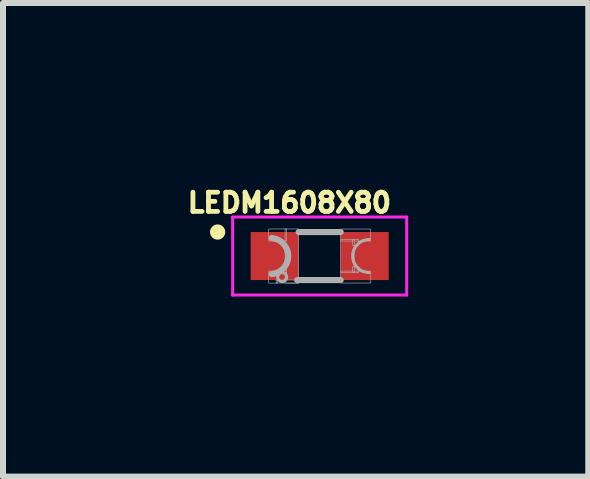
<source format=kicad_pcb>
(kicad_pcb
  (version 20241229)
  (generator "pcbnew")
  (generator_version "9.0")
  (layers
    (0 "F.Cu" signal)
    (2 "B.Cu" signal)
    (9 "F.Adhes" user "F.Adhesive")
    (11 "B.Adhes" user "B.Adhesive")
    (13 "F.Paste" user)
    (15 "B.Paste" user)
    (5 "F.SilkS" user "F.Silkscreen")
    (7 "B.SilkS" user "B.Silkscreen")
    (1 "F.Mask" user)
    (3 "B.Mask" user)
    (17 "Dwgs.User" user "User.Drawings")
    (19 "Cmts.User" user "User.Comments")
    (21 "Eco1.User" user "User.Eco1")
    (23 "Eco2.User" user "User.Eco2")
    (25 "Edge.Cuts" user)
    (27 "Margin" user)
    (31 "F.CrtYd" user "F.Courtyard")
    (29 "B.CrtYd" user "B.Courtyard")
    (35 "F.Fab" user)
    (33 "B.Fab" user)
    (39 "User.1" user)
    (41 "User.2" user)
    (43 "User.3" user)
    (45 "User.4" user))
  (footprint "LEDM1608X80"
    (layer "F.Cu")
    (at 2.276 1.216)
    (property "Reference" "LEDM1608X80" (at -0.504 -0.888 0) (layer "F.SilkS") (effects (font (size 0.32 0.32) (thickness 0.08))))
    (attr smd)
    (fp_circle (center -1.7 -0.4) (end -1.573 -0.4) (stroke (width 0) (type solid)) (fill yes) (layer "F.SilkS"))
    (fp_line (start -1.45 -0.65) (end 1.45 -0.65) (stroke (width 0.05) (type solid)) (layer "F.CrtYd"))
    (fp_line (start -1.45 0.65) (end -1.45 -0.65) (stroke (width 0.05) (type solid)) (layer "F.CrtYd"))
    (fp_line (start 1.45 -0.65) (end 1.45 0.65) (stroke (width 0.05) (type solid)) (layer "F.CrtYd"))
    (fp_line (start 1.45 0.65) (end -1.45 0.65) (stroke (width 0.05) (type solid)) (layer "F.CrtYd"))
    (fp_line (start -0.375 0.4) (end 0.35 0.4) (stroke (width 0.102) (type solid)) (layer "F.Fab"))
    (fp_line (start -0.35 -0.4) (end 0.35 -0.4) (stroke (width 0.102) (type solid)) (layer "F.Fab"))
    (fp_arc (start -0.8 -0.3) (mid -0.524966 0) (end -0.8 0.3) (stroke (width 0.1016) (type solid)) (layer "F.Fab"))
    (fp_arc (start 0.825 0.275) (mid 0.55 0) (end 0.825 -0.275) (stroke (width 0.0508) (type solid)) (layer "F.Fab"))
    (fp_circle (center -0.625 0.35) (end -0.55 0.35) (stroke (width 0.051) (type solid)) (fill no) (layer "F.Fab"))
    (fp_poly (pts (xy -0.851 0.451) (xy -0.851 0.25) (xy -0.7 0.25) (xy -0.7 0.451)) (stroke (width 0.01) (type solid)) (fill no) (layer "F.Fab"))
    (fp_poly (pts (xy -0.85 -0.25) (xy -0.85 -0.451) (xy -0.551 -0.451) (xy -0.551 -0.25)) (stroke (width 0.01) (type solid)) (fill no) (layer "F.Fab"))
    (fp_poly (pts (xy -0.725 0.45) (xy -0.725 0.4) (xy -0.35 0.4) (xy -0.35 0.45)) (stroke (width 0.01) (type solid)) (fill no) (layer "F.Fab"))
    (fp_poly (pts (xy -0.601 0.276) (xy -0.601 0.225) (xy -0.55 0.225) (xy -0.55 0.276)) (stroke (width 0.01) (type solid)) (fill no) (layer "F.Fab"))
    (fp_poly (pts (xy -0.576 0.451) (xy -0.576 -0.451) (xy -0.351 -0.451) (xy -0.351 0.451)) (stroke (width 0.01) (type solid)) (fill no) (layer "F.Fab"))
    (fp_poly (pts (xy 0.35 0.45) (xy 0.35 0.251) (xy 0.851 0.251) (xy 0.851 0.45)) (stroke (width 0.01) (type solid)) (fill no) (layer "F.Fab"))
    (fp_poly (pts (xy 0.35 0.275) (xy 0.35 -0.275) (xy 0.575 -0.275) (xy 0.575 0.275)) (stroke (width 0.01) (type solid)) (fill no) (layer "F.Fab"))
    (fp_poly (pts (xy 0.35 -0.25) (xy 0.35 -0.45) (xy 0.85 -0.45) (xy 0.85 -0.25)) (stroke (width 0.01) (type solid)) (fill no) (layer "F.Fab"))
    (fp_poly (pts (xy 0.55 0.275) (xy 0.55 0.175) (xy 0.65 0.175) (xy 0.65 0.275)) (stroke (width 0.01) (type solid)) (fill no) (layer "F.Fab"))
    (fp_poly (pts (xy 0.55 -0.175) (xy 0.55 -0.275) (xy 0.65 -0.275) (xy 0.65 -0.175)) (stroke (width 0.01) (type solid)) (fill no) (layer "F.Fab"))
    (pad "A" smd rect (at 0.75 0) (size 0.8 0.8) (layers "F.Cu" "F.Mask" "F.Paste"))
    (pad "C" smd rect (at -0.75 0) (size 0.8 0.8) (layers "F.Cu" "F.Mask" "F.Paste")))
  (gr_rect
    (start -3 -3)
    (end 6.751 4.891)
    (stroke (width 0.1) (type default))
    (fill no)
    (layer "Edge.Cuts")))
</source>
